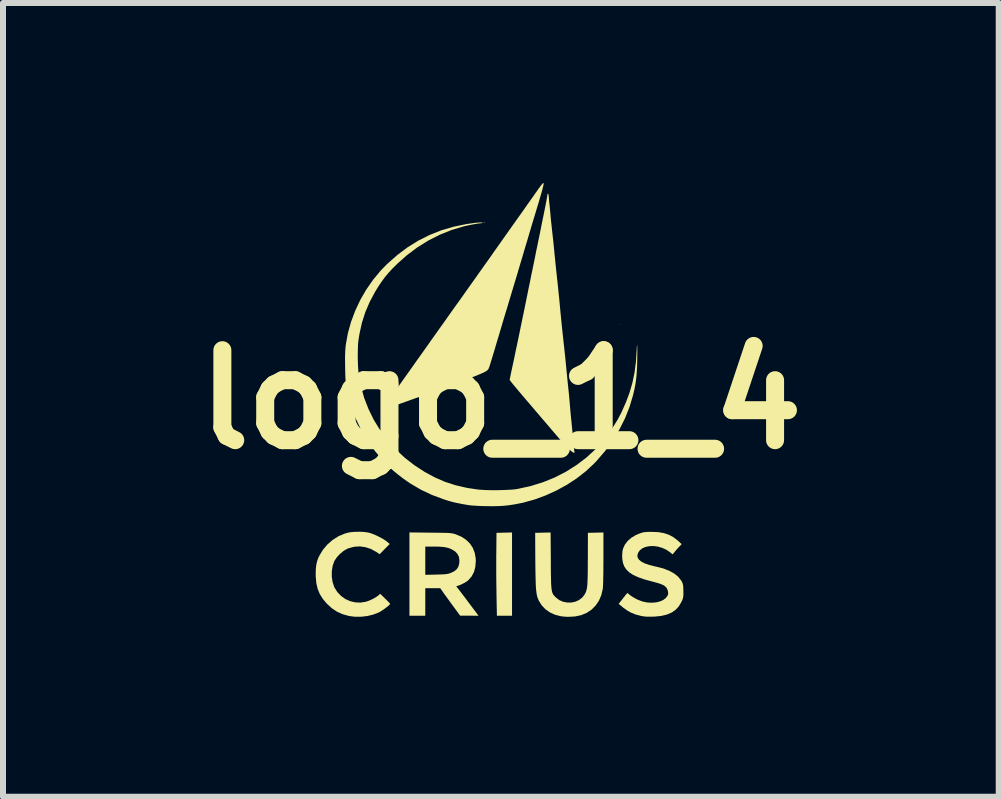
<source format=kicad_pcb>
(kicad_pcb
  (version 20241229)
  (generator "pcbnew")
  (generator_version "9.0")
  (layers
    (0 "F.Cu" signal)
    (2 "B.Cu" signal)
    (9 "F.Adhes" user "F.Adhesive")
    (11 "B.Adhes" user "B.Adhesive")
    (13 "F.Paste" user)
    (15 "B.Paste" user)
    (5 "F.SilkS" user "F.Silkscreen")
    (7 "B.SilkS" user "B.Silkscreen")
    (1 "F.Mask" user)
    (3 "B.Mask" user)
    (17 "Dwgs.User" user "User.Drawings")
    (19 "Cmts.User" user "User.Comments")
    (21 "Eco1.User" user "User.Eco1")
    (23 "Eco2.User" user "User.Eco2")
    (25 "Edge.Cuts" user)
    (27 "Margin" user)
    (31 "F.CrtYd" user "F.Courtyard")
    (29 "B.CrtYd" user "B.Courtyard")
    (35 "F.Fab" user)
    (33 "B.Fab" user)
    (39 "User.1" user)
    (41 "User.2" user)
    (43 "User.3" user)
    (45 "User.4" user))
  (footprint "logo_1_4"
    (layer "F.Cu")
    (at 5.3 3.61)
    (property "Reference" "logo_1_4" (at 0 0 0) (layer "F.SilkS") (effects (font (size 1.5 1.5) (thickness 0.3))))
    (attr board_only exclude_from_pos_files exclude_from_bom)
    (fp_poly (pts (xy 1.993 -1.246) (xy 1.988 -1.241) (xy 1.983 -1.246) (xy 1.988 -1.25)) (stroke (width 0) (type solid)) (fill yes) (layer "F.SilkS"))
    (fp_poly (pts (xy -0.266 -2.956) (xy -0.269 -2.952) (xy -0.279 -2.951) (xy -0.29 -2.953) (xy -0.285 -2.957) (xy -0.27 -2.958)) (stroke (width 0) (type solid)) (fill yes) (layer "F.SilkS"))
    (fp_poly (pts (xy 0.186 2.911) (xy 0.186 3.605) (xy 0.06 3.605) (xy -0.066 3.605) (xy -0.073 3.251) (xy -0.074 3.149) (xy -0.076 3.035) (xy -0.077 2.914) (xy -0.077 2.795) (xy -0.077 2.681) (xy -0.077 2.579) (xy -0.076 2.56) (xy -0.073 2.223) (xy 0.056 2.22) (xy 0.186 2.217)) (stroke (width 0) (type solid)) (fill yes) (layer "F.SilkS"))
    (fp_poly (pts (xy 1.71 2.653) (xy 1.709 2.768) (xy 1.709 2.871) (xy 1.707 2.961) (xy 1.706 3.037) (xy 1.703 3.097) (xy 1.701 3.139) (xy 1.699 3.158) (xy 1.674 3.263) (xy 1.634 3.356) (xy 1.579 3.436) (xy 1.511 3.504) (xy 1.431 3.557) (xy 1.34 3.595) (xy 1.238 3.617) (xy 1.131 3.623) (xy 1.086 3.622) (xy 1.04 3.618) (xy 1.005 3.614) (xy 1.002 3.614) (xy 0.905 3.589) (xy 0.818 3.55) (xy 0.743 3.497) (xy 0.68 3.431) (xy 0.633 3.355) (xy 0.617 3.318) (xy 0.608 3.292) (xy 0.601 3.264) (xy 0.595 3.232) (xy 0.59 3.194) (xy 0.585 3.147) (xy 0.582 3.092) (xy 0.58 3.024) (xy 0.578 2.944) (xy 0.576 2.848) (xy 0.575 2.736) (xy 0.574 2.667) (xy 0.572 2.223) (xy 0.7 2.22) (xy 0.829 2.217) (xy 0.833 2.689) (xy 0.833 2.804) (xy 0.834 2.901) (xy 0.836 2.983) (xy 0.837 3.05) (xy 0.84 3.105) (xy 0.844 3.149) (xy 0.849 3.184) (xy 0.855 3.212) (xy 0.864 3.234) (xy 0.874 3.253) (xy 0.887 3.269) (xy 0.903 3.286) (xy 0.921 3.304) (xy 0.975 3.345) (xy 1.038 3.372) (xy 1.106 3.385) (xy 1.175 3.385) (xy 1.242 3.371) (xy 1.303 3.343) (xy 1.356 3.303) (xy 1.393 3.256) (xy 1.405 3.234) (xy 1.416 3.213) (xy 1.424 3.19) (xy 1.431 3.163) (xy 1.437 3.131) (xy 1.441 3.092) (xy 1.444 3.043) (xy 1.446 2.984) (xy 1.448 2.912) (xy 1.449 2.825) (xy 1.449 2.721) (xy 1.45 2.655) (xy 1.451 2.223) (xy 1.58 2.22) (xy 1.71 2.217)) (stroke (width 0) (type solid)) (fill yes) (layer "F.SilkS"))
    (fp_poly (pts (xy -2.286 2.208) (xy -2.225 2.216) (xy -2.198 2.221) (xy -2.15 2.236) (xy -2.094 2.259) (xy -2.035 2.287) (xy -1.978 2.317) (xy -1.93 2.347) (xy -1.896 2.372) (xy -1.853 2.409) (xy -1.937 2.494) (xy -2.02 2.579) (xy -2.077 2.541) (xy -2.166 2.492) (xy -2.258 2.462) (xy -2.352 2.449) (xy -2.445 2.455) (xy -2.536 2.479) (xy -2.564 2.49) (xy -2.623 2.525) (xy -2.68 2.572) (xy -2.731 2.626) (xy -2.77 2.683) (xy -2.778 2.698) (xy -2.805 2.776) (xy -2.818 2.863) (xy -2.819 2.953) (xy -2.806 3.041) (xy -2.78 3.121) (xy -2.773 3.136) (xy -2.725 3.212) (xy -2.664 3.275) (xy -2.593 3.326) (xy -2.513 3.362) (xy -2.428 3.382) (xy -2.34 3.386) (xy -2.253 3.372) (xy -2.211 3.359) (xy -2.16 3.337) (xy -2.108 3.311) (xy -2.064 3.283) (xy -2.034 3.26) (xy -2.012 3.239) (xy -1.937 3.312) (xy -1.899 3.349) (xy -1.873 3.375) (xy -1.858 3.391) (xy -1.85 3.402) (xy -1.847 3.408) (xy -1.847 3.409) (xy -1.856 3.421) (xy -1.877 3.441) (xy -1.907 3.465) (xy -1.942 3.491) (xy -1.98 3.517) (xy -2.014 3.539) (xy -2.04 3.552) (xy -2.128 3.586) (xy -2.227 3.61) (xy -2.331 3.622) (xy -2.435 3.622) (xy -2.532 3.609) (xy -2.535 3.608) (xy -2.641 3.579) (xy -2.734 3.536) (xy -2.819 3.479) (xy -2.9 3.405) (xy -2.967 3.326) (xy -3.018 3.245) (xy -3.054 3.159) (xy -3.076 3.064) (xy -3.086 2.958) (xy -3.087 2.912) (xy -3.085 2.827) (xy -3.077 2.756) (xy -3.063 2.694) (xy -3.042 2.637) (xy -3.027 2.606) (xy -2.967 2.506) (xy -2.892 2.417) (xy -2.805 2.342) (xy -2.708 2.28) (xy -2.604 2.236) (xy -2.551 2.221) (xy -2.496 2.211) (xy -2.429 2.206) (xy -2.357 2.205)) (stroke (width 0) (type solid)) (fill yes) (layer "F.SilkS"))
    (fp_poly (pts (xy -1.175 2.22) (xy -1.082 2.221) (xy -1.007 2.222) (xy -0.947 2.223) (xy -0.9 2.224) (xy -0.863 2.226) (xy -0.834 2.229) (xy -0.811 2.232) (xy -0.791 2.236) (xy -0.773 2.241) (xy -0.757 2.246) (xy -0.661 2.286) (xy -0.581 2.338) (xy -0.516 2.401) (xy -0.467 2.475) (xy -0.435 2.559) (xy -0.419 2.653) (xy -0.418 2.696) (xy -0.426 2.792) (xy -0.448 2.876) (xy -0.487 2.949) (xy -0.541 3.011) (xy -0.554 3.023) (xy -0.579 3.04) (xy -0.613 3.06) (xy -0.651 3.079) (xy -0.686 3.095) (xy -0.714 3.105) (xy -0.725 3.107) (xy -0.74 3.11) (xy -0.739 3.121) (xy -0.724 3.14) (xy -0.714 3.153) (xy -0.693 3.179) (xy -0.664 3.217) (xy -0.629 3.263) (xy -0.588 3.317) (xy -0.545 3.375) (xy -0.539 3.383) (xy -0.372 3.605) (xy -0.525 3.604) (xy -0.679 3.604) (xy -0.801 3.437) (xy -0.841 3.383) (xy -0.88 3.329) (xy -0.915 3.28) (xy -0.945 3.24) (xy -0.965 3.211) (xy -0.967 3.208) (xy -1.011 3.146) (xy -1.136 3.146) (xy -1.26 3.146) (xy -1.26 3.375) (xy -1.26 3.605) (xy -1.392 3.605) (xy -1.524 3.605) (xy -1.524 2.911) (xy -1.524 2.688) (xy -1.26 2.688) (xy -1.26 2.923) (xy -1.077 2.919) (xy -1.01 2.917) (xy -0.959 2.915) (xy -0.921 2.912) (xy -0.891 2.908) (xy -0.867 2.902) (xy -0.844 2.895) (xy -0.837 2.892) (xy -0.777 2.864) (xy -0.735 2.829) (xy -0.708 2.786) (xy -0.694 2.731) (xy -0.691 2.688) (xy -0.698 2.627) (xy -0.723 2.575) (xy -0.765 2.531) (xy -0.825 2.495) (xy -0.826 2.495) (xy -0.866 2.478) (xy -0.909 2.467) (xy -0.957 2.459) (xy -1.016 2.454) (xy -1.088 2.452) (xy -1.12 2.452) (xy -1.26 2.452) (xy -1.26 2.688) (xy -1.524 2.688) (xy -1.524 2.216)) (stroke (width 0) (type solid)) (fill yes) (layer "F.SilkS"))
    (fp_poly (pts (xy 2.622 2.211) (xy 2.716 2.227) (xy 2.798 2.254) (xy 2.874 2.294) (xy 2.946 2.349) (xy 2.957 2.359) (xy 3.014 2.411) (xy 2.965 2.463) (xy 2.936 2.495) (xy 2.909 2.526) (xy 2.89 2.549) (xy 2.864 2.582) (xy 2.822 2.548) (xy 2.759 2.505) (xy 2.691 2.474) (xy 2.619 2.453) (xy 2.548 2.443) (xy 2.479 2.445) (xy 2.415 2.457) (xy 2.36 2.48) (xy 2.317 2.514) (xy 2.291 2.55) (xy 2.276 2.593) (xy 2.279 2.633) (xy 2.301 2.669) (xy 2.34 2.702) (xy 2.398 2.732) (xy 2.475 2.759) (xy 2.571 2.783) (xy 2.599 2.789) (xy 2.711 2.818) (xy 2.808 2.856) (xy 2.891 2.902) (xy 2.957 2.956) (xy 3.006 3.018) (xy 3.026 3.054) (xy 3.034 3.08) (xy 3.04 3.115) (xy 3.042 3.162) (xy 3.043 3.2) (xy 3.043 3.248) (xy 3.041 3.282) (xy 3.037 3.309) (xy 3.029 3.333) (xy 3.016 3.362) (xy 3.006 3.382) (xy 2.964 3.452) (xy 2.91 3.509) (xy 2.845 3.553) (xy 2.767 3.586) (xy 2.675 3.608) (xy 2.567 3.619) (xy 2.535 3.62) (xy 2.471 3.621) (xy 2.421 3.62) (xy 2.376 3.615) (xy 2.332 3.607) (xy 2.325 3.605) (xy 2.245 3.584) (xy 2.175 3.556) (xy 2.109 3.519) (xy 2.041 3.471) (xy 2.01 3.445) (xy 1.964 3.407) (xy 2.015 3.342) (xy 2.051 3.296) (xy 2.076 3.264) (xy 2.094 3.243) (xy 2.105 3.231) (xy 2.112 3.227) (xy 2.117 3.229) (xy 2.122 3.234) (xy 2.125 3.238) (xy 2.156 3.264) (xy 2.2 3.293) (xy 2.249 3.321) (xy 2.29 3.341) (xy 2.363 3.368) (xy 2.439 3.384) (xy 2.513 3.388) (xy 2.584 3.383) (xy 2.648 3.368) (xy 2.704 3.344) (xy 2.749 3.311) (xy 2.779 3.27) (xy 2.788 3.248) (xy 2.789 3.217) (xy 2.781 3.179) (xy 2.765 3.145) (xy 2.753 3.129) (xy 2.735 3.112) (xy 2.712 3.097) (xy 2.682 3.083) (xy 2.643 3.068) (xy 2.591 3.053) (xy 2.524 3.035) (xy 2.501 3.029) (xy 2.385 2.997) (xy 2.287 2.962) (xy 2.206 2.925) (xy 2.142 2.883) (xy 2.093 2.836) (xy 2.057 2.783) (xy 2.035 2.722) (xy 2.024 2.654) (xy 2.022 2.614) (xy 2.024 2.57) (xy 2.028 2.526) (xy 2.035 2.493) (xy 2.036 2.489) (xy 2.066 2.422) (xy 2.113 2.359) (xy 2.175 2.305) (xy 2.25 2.26) (xy 2.305 2.237) (xy 2.341 2.224) (xy 2.371 2.216) (xy 2.401 2.211) (xy 2.436 2.208) (xy 2.482 2.207) (xy 2.515 2.207)) (stroke (width 0) (type solid)) (fill yes) (layer "F.SilkS"))
    (fp_poly (pts (xy 0.792 -3.423) (xy 0.797 -3.398) (xy 0.798 -3.385) (xy 0.8 -3.352) (xy 0.804 -3.308) (xy 0.809 -3.261) (xy 0.811 -3.248) (xy 0.816 -3.201) (xy 0.821 -3.142) (xy 0.827 -3.081) (xy 0.83 -3.043) (xy 0.836 -2.981) (xy 0.844 -2.91) (xy 0.851 -2.842) (xy 0.855 -2.809) (xy 0.86 -2.761) (xy 0.867 -2.699) (xy 0.875 -2.629) (xy 0.882 -2.556) (xy 0.889 -2.486) (xy 0.896 -2.414) (xy 0.904 -2.338) (xy 0.911 -2.264) (xy 0.918 -2.198) (xy 0.923 -2.149) (xy 0.935 -2.04) (xy 0.948 -1.919) (xy 0.961 -1.792) (xy 0.974 -1.666) (xy 0.985 -1.548) (xy 0.991 -1.485) (xy 0.996 -1.43) (xy 1.002 -1.375) (xy 1.007 -1.32) (xy 1.013 -1.26) (xy 1.02 -1.193) (xy 1.028 -1.116) (xy 1.038 -1.027) (xy 1.049 -0.922) (xy 1.055 -0.874) (xy 1.062 -0.802) (xy 1.071 -0.722) (xy 1.079 -0.641) (xy 1.086 -0.569) (xy 1.089 -0.542) (xy 1.095 -0.474) (xy 1.103 -0.399) (xy 1.11 -0.324) (xy 1.117 -0.259) (xy 1.118 -0.249) (xy 1.135 -0.083) (xy 1.151 0.095) (xy 1.158 0.181) (xy 1.162 0.225) (xy 1.167 0.278) (xy 1.172 0.329) (xy 1.173 0.332) (xy 1.178 0.379) (xy 1.183 0.436) (xy 1.189 0.495) (xy 1.192 0.525) (xy 1.197 0.586) (xy 1.203 0.654) (xy 1.209 0.72) (xy 1.212 0.745) (xy 1.216 0.791) (xy 1.221 0.83) (xy 1.224 0.859) (xy 1.227 0.872) (xy 1.228 0.887) (xy 1.216 0.888) (xy 1.195 0.877) (xy 1.164 0.853) (xy 1.131 0.823) (xy 1.093 0.784) (xy 1.05 0.739) (xy 1.009 0.693) (xy 0.996 0.679) (xy 0.977 0.656) (xy 0.946 0.62) (xy 0.906 0.573) (xy 0.857 0.516) (xy 0.802 0.451) (xy 0.742 0.381) (xy 0.678 0.307) (xy 0.613 0.23) (xy 0.604 0.22) (xy 0.507 0.106) (xy 0.422 0.007) (xy 0.35 -0.078) (xy 0.289 -0.15) (xy 0.24 -0.209) (xy 0.201 -0.256) (xy 0.173 -0.291) (xy 0.155 -0.314) (xy 0.147 -0.326) (xy 0.147 -0.328) (xy 0.148 -0.338) (xy 0.154 -0.365) (xy 0.162 -0.406) (xy 0.173 -0.458) (xy 0.186 -0.52) (xy 0.2 -0.584) (xy 0.22 -0.676) (xy 0.242 -0.785) (xy 0.268 -0.907) (xy 0.296 -1.04) (xy 0.325 -1.181) (xy 0.355 -1.327) (xy 0.386 -1.475) (xy 0.416 -1.623) (xy 0.445 -1.766) (xy 0.473 -1.904) (xy 0.484 -1.954) (xy 0.501 -2.042) (xy 0.522 -2.143) (xy 0.545 -2.253) (xy 0.568 -2.366) (xy 0.59 -2.478) (xy 0.612 -2.582) (xy 0.62 -2.623) (xy 0.65 -2.767) (xy 0.675 -2.893) (xy 0.697 -3.002) (xy 0.716 -3.095) (xy 0.732 -3.173) (xy 0.745 -3.238) (xy 0.755 -3.291) (xy 0.763 -3.332) (xy 0.768 -3.363) (xy 0.772 -3.385) (xy 0.774 -3.399) (xy 0.774 -3.4) (xy 0.778 -3.425) (xy 0.785 -3.433)) (stroke (width 0) (type solid)) (fill yes) (layer "F.SilkS"))
    (fp_poly (pts (xy 0.713 -3.603) (xy 0.713 -3.6) (xy 0.711 -3.582) (xy 0.704 -3.551) (xy 0.693 -3.505) (xy 0.676 -3.444) (xy 0.654 -3.368) (xy 0.627 -3.275) (xy 0.593 -3.164) (xy 0.582 -3.126) (xy 0.556 -3.041) (xy 0.526 -2.942) (xy 0.495 -2.838) (xy 0.464 -2.733) (xy 0.435 -2.634) (xy 0.415 -2.569) (xy 0.387 -2.475) (xy 0.359 -2.379) (xy 0.329 -2.28) (xy 0.298 -2.175) (xy 0.265 -2.063) (xy 0.228 -1.94) (xy 0.187 -1.805) (xy 0.142 -1.655) (xy 0.103 -1.524) (xy 0.079 -1.447) (xy 0.052 -1.357) (xy 0.023 -1.26) (xy -0.006 -1.161) (xy -0.034 -1.067) (xy -0.054 -1.001) (xy -0.086 -0.894) (xy -0.112 -0.805) (xy -0.135 -0.731) (xy -0.153 -0.67) (xy -0.168 -0.622) (xy -0.179 -0.585) (xy -0.188 -0.557) (xy -0.195 -0.537) (xy -0.201 -0.522) (xy -0.206 -0.512) (xy -0.21 -0.505) (xy -0.211 -0.503) (xy -0.223 -0.489) (xy -0.242 -0.475) (xy -0.27 -0.459) (xy -0.309 -0.44) (xy -0.36 -0.418) (xy -0.425 -0.391) (xy -0.505 -0.361) (xy -0.601 -0.324) (xy -0.606 -0.323) (xy -0.681 -0.295) (xy -0.758 -0.266) (xy -0.831 -0.239) (xy -0.897 -0.215) (xy -0.952 -0.194) (xy -0.992 -0.179) (xy -1.045 -0.159) (xy -1.11 -0.135) (xy -1.183 -0.108) (xy -1.262 -0.079) (xy -1.345 -0.049) (xy -1.429 -0.019) (xy -1.512 0.011) (xy -1.591 0.039) (xy -1.664 0.065) (xy -1.727 0.087) (xy -1.78 0.106) (xy -1.819 0.119) (xy -1.84 0.126) (xy -1.88 0.138) (xy -1.905 0.144) (xy -1.919 0.145) (xy -1.926 0.141) (xy -1.93 0.133) (xy -1.932 0.126) (xy -1.931 0.118) (xy -1.927 0.107) (xy -1.919 0.091) (xy -1.906 0.069) (xy -1.887 0.039) (xy -1.861 0.000477) (xy -1.827 -0.048) (xy -1.784 -0.109) (xy -1.732 -0.183) (xy -1.678 -0.259) (xy -1.618 -0.344) (xy -1.551 -0.438) (xy -1.482 -0.535) (xy -1.414 -0.632) (xy -1.348 -0.724) (xy -1.289 -0.807) (xy -1.255 -0.855) (xy -1.213 -0.914) (xy -1.162 -0.987) (xy -1.102 -1.071) (xy -1.037 -1.163) (xy -0.967 -1.261) (xy -0.895 -1.363) (xy -0.822 -1.466) (xy -0.75 -1.567) (xy -0.7 -1.636) (xy -0.634 -1.729) (xy -0.569 -1.821) (xy -0.506 -1.91) (xy -0.446 -1.994) (xy -0.391 -2.071) (xy -0.343 -2.14) (xy -0.301 -2.198) (xy -0.269 -2.244) (xy -0.246 -2.276) (xy -0.246 -2.276) (xy -0.205 -2.334) (xy -0.158 -2.4) (xy -0.112 -2.467) (xy -0.07 -2.525) (xy -0.063 -2.535) (xy -0.038 -2.571) (xy -0.003 -2.62) (xy 0.039 -2.68) (xy 0.088 -2.749) (xy 0.141 -2.824) (xy 0.197 -2.903) (xy 0.253 -2.982) (xy 0.279 -3.019) (xy 0.334 -3.096) (xy 0.388 -3.172) (xy 0.438 -3.244) (xy 0.485 -3.31) (xy 0.526 -3.368) (xy 0.559 -3.415) (xy 0.583 -3.45) (xy 0.593 -3.463) (xy 0.621 -3.503) (xy 0.649 -3.541) (xy 0.672 -3.572) (xy 0.683 -3.585) (xy 0.701 -3.605) (xy 0.71 -3.61)) (stroke (width 0) (type solid)) (fill yes) (layer "F.SilkS"))
    (fp_poly (pts (xy -0.319 -2.951) (xy -0.308 -2.949) (xy -0.306 -2.942) (xy -0.313 -2.94) (xy -0.339 -2.938) (xy -0.38 -2.933) (xy -0.43 -2.925) (xy -0.485 -2.915) (xy -0.54 -2.904) (xy -0.591 -2.893) (xy -0.617 -2.887) (xy -0.821 -2.826) (xy -1.02 -2.746) (xy -1.211 -2.649) (xy -1.394 -2.535) (xy -1.568 -2.404) (xy -1.72 -2.269) (xy -1.802 -2.188) (xy -1.871 -2.114) (xy -1.931 -2.042) (xy -1.987 -1.966) (xy -2.043 -1.883) (xy -2.095 -1.798) (xy -2.186 -1.628) (xy -2.26 -1.456) (xy -2.317 -1.277) (xy -2.358 -1.09) (xy -2.375 -0.982) (xy -2.381 -0.917) (xy -2.384 -0.838) (xy -2.386 -0.75) (xy -2.385 -0.659) (xy -2.382 -0.57) (xy -2.377 -0.489) (xy -2.37 -0.423) (xy -2.334 -0.222) (xy -2.279 -0.027) (xy -2.206 0.161) (xy -2.117 0.342) (xy -2.011 0.514) (xy -1.89 0.676) (xy -1.755 0.828) (xy -1.606 0.968) (xy -1.443 1.095) (xy -1.268 1.209) (xy -1.103 1.298) (xy -0.935 1.371) (xy -0.757 1.429) (xy -0.568 1.473) (xy -0.383 1.501) (xy -0.321 1.506) (xy -0.245 1.51) (xy -0.162 1.512) (xy -0.073 1.512) (xy 0.015 1.51) (xy 0.1 1.507) (xy 0.177 1.503) (xy 0.241 1.497) (xy 0.278 1.491) (xy 0.494 1.444) (xy 0.701 1.38) (xy 0.898 1.3) (xy 1.085 1.204) (xy 1.261 1.093) (xy 1.425 0.969) (xy 1.576 0.83) (xy 1.714 0.677) (xy 1.838 0.512) (xy 1.948 0.334) (xy 2.008 0.22) (xy 2.084 0.049) (xy 2.146 -0.116) (xy 2.193 -0.279) (xy 2.228 -0.446) (xy 2.251 -0.621) (xy 2.262 -0.786) (xy 2.265 -0.843) (xy 2.267 -0.882) (xy 2.27 -0.903) (xy 2.272 -0.907) (xy 2.273 -0.895) (xy 2.274 -0.867) (xy 2.275 -0.825) (xy 2.275 -0.769) (xy 2.274 -0.701) (xy 2.273 -0.659) (xy 2.271 -0.554) (xy 2.266 -0.463) (xy 2.26 -0.382) (xy 2.251 -0.308) (xy 2.239 -0.235) (xy 2.224 -0.158) (xy 2.204 -0.074) (xy 2.204 -0.073) (xy 2.146 0.121) (xy 2.07 0.313) (xy 1.976 0.5) (xy 1.865 0.682) (xy 1.739 0.857) (xy 1.597 1.023) (xy 1.554 1.068) (xy 1.418 1.195) (xy 1.267 1.313) (xy 1.103 1.421) (xy 0.929 1.516) (xy 0.747 1.599) (xy 0.56 1.668) (xy 0.369 1.721) (xy 0.231 1.748) (xy 0.14 1.762) (xy 0.052 1.772) (xy -0.038 1.777) (xy -0.135 1.779) (xy -0.245 1.778) (xy -0.288 1.777) (xy -0.35 1.775) (xy -0.408 1.772) (xy -0.458 1.769) (xy -0.496 1.766) (xy -0.518 1.764) (xy -0.603 1.75) (xy -0.673 1.737) (xy -0.733 1.725) (xy -0.786 1.713) (xy -0.837 1.7) (xy -0.891 1.684) (xy -0.951 1.665) (xy -0.953 1.664) (xy -1.149 1.591) (xy -1.335 1.503) (xy -1.513 1.398) (xy -1.631 1.316) (xy -1.714 1.252) (xy -1.786 1.193) (xy -1.853 1.132) (xy -1.921 1.064) (xy -1.949 1.034) (xy -2.093 0.867) (xy -2.22 0.69) (xy -2.33 0.505) (xy -2.422 0.311) (xy -2.496 0.109) (xy -2.553 -0.101) (xy -2.561 -0.14) (xy -2.571 -0.188) (xy -2.578 -0.229) (xy -2.584 -0.267) (xy -2.588 -0.306) (xy -2.591 -0.35) (xy -2.593 -0.402) (xy -2.595 -0.467) (xy -2.596 -0.538) (xy -2.597 -0.628) (xy -2.598 -0.702) (xy -2.596 -0.764) (xy -2.594 -0.817) (xy -2.59 -0.867) (xy -2.585 -0.913) (xy -2.551 -1.103) (xy -2.498 -1.293) (xy -2.428 -1.48) (xy -2.343 -1.661) (xy -2.242 -1.835) (xy -2.127 -2) (xy -2 -2.153) (xy -1.898 -2.257) (xy -1.731 -2.405) (xy -1.557 -2.536) (xy -1.377 -2.648) (xy -1.19 -2.742) (xy -0.994 -2.82) (xy -0.789 -2.88) (xy -0.573 -2.925) (xy -0.435 -2.944) (xy -0.386 -2.949) (xy -0.346 -2.951)) (stroke (width 0) (type solid)) (fill yes) (layer "F.SilkS")))
  (gr_rect
    (start -3 -3)
    (end 13.6 10.233)
    (stroke (width 0.1) (type default))
    (fill no)
    (layer "Edge.Cuts")))
</source>
